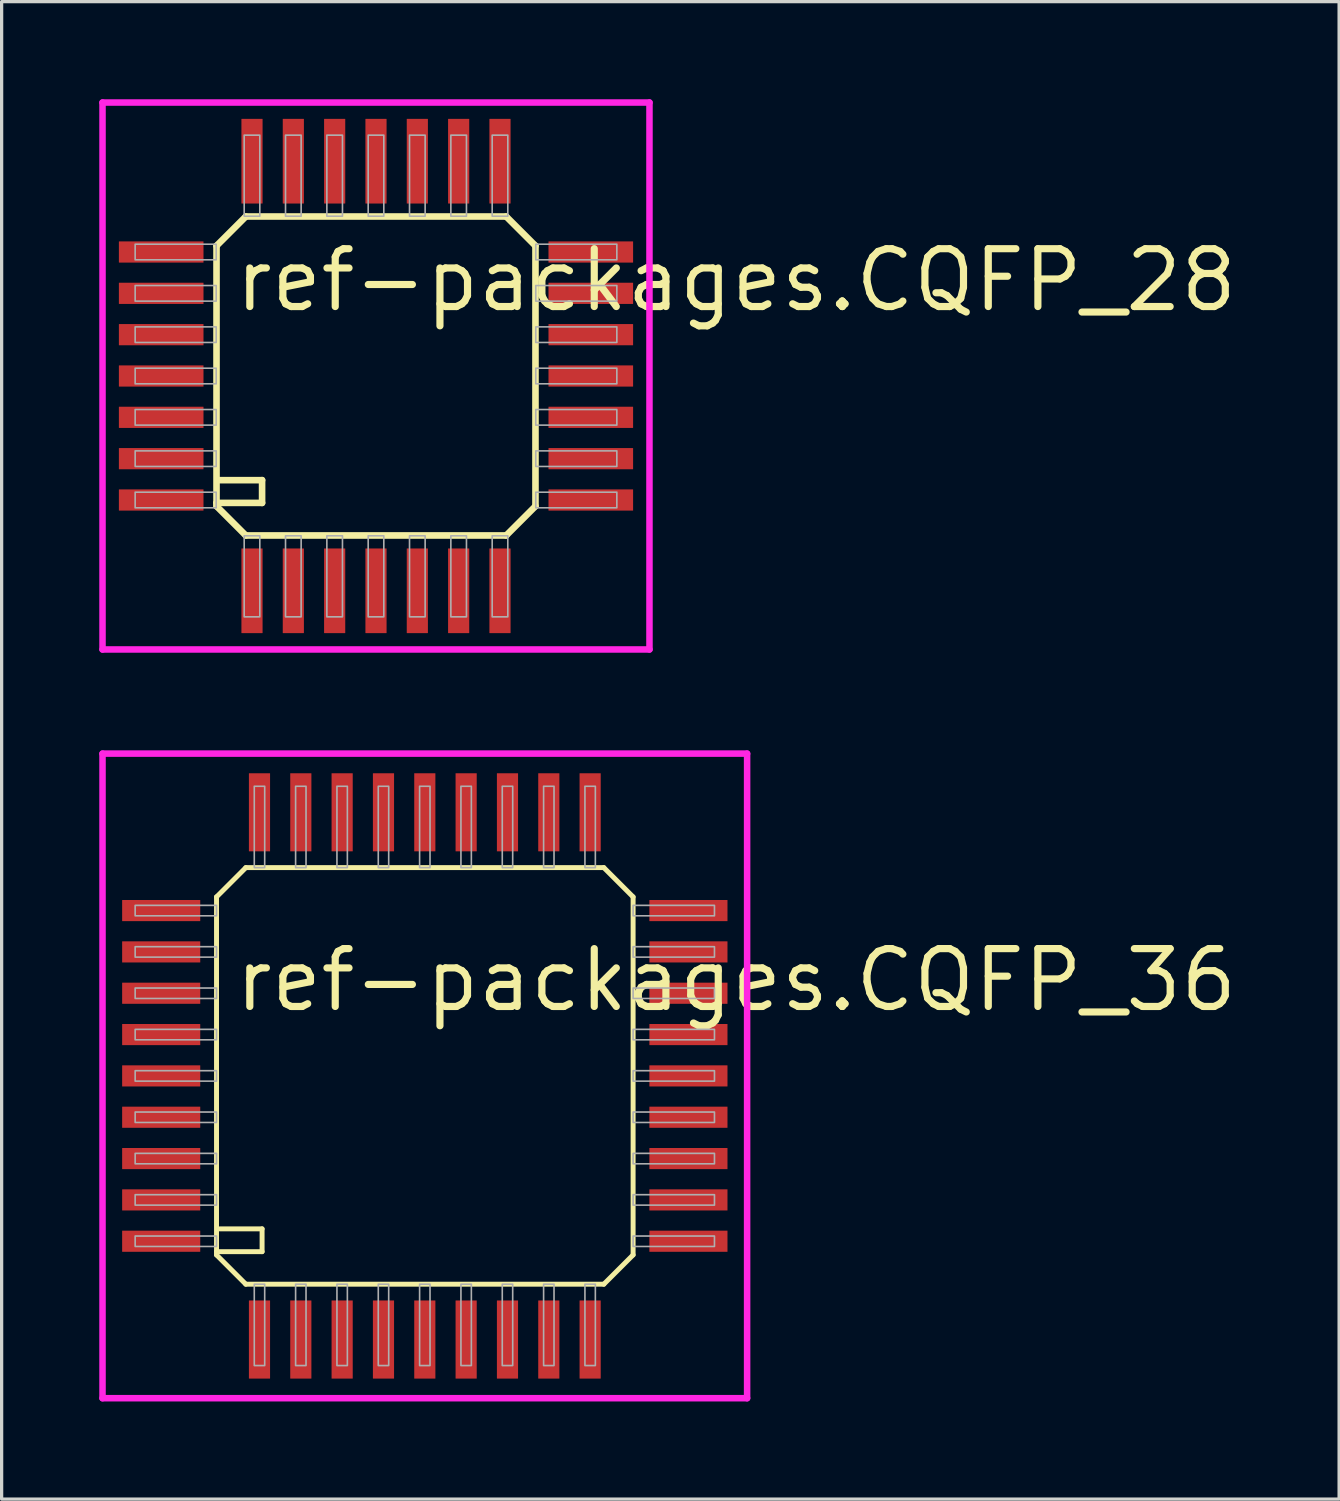
<source format=kicad_pcb>
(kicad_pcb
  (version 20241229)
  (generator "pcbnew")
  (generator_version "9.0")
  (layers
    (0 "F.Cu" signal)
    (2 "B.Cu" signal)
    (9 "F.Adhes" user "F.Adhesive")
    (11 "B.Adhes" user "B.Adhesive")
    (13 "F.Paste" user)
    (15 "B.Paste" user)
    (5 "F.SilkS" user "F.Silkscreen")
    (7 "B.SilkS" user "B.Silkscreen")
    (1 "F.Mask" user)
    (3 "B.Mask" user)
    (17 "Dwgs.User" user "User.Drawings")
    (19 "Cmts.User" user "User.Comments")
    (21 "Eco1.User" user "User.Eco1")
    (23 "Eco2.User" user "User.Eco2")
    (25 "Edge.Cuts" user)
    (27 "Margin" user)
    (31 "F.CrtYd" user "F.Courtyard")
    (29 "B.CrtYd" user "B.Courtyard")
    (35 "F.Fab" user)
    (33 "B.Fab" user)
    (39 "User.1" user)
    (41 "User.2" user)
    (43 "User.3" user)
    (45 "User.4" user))
  (footprint "ref-packages.CQFP_28"
    (layer "F.Cu")
    (at 8.503 8.503)
    (property "Reference" "ref-packages.CQFP_28" (at -4.445 -1.905 0) (layer "F.SilkS") (effects (font (size 1.778 1.778) (thickness 0.22)) (justify left bottom)))
    (attr smd)
    (fp_line (start -4.9 -4) (end -4.9 3.9) (stroke (width 0.203) (type default)) (layer "F.SilkS"))
    (fp_line (start -4.9 -4) (end -4 -4.9) (stroke (width 0.203) (type default)) (layer "F.SilkS"))
    (fp_line (start -4.9 3.9) (end -4.9 4) (stroke (width 0.203) (type default)) (layer "F.SilkS"))
    (fp_line (start -4.9 3.9) (end -3.5 3.9) (stroke (width 0.203) (type default)) (layer "F.SilkS"))
    (fp_line (start -4.9 4) (end -4 4.9) (stroke (width 0.203) (type default)) (layer "F.SilkS"))
    (fp_line (start -4 4.9) (end 4 4.9) (stroke (width 0.203) (type default)) (layer "F.SilkS"))
    (fp_line (start -3.5 3.2) (end -4.8 3.2) (stroke (width 0.203) (type default)) (layer "F.SilkS"))
    (fp_line (start -3.5 3.9) (end -3.5 3.2) (stroke (width 0.203) (type default)) (layer "F.SilkS"))
    (fp_line (start 4 -4.9) (end -4 -4.9) (stroke (width 0.203) (type default)) (layer "F.SilkS"))
    (fp_line (start 4 -4.9) (end 4.9 -4) (stroke (width 0.203) (type default)) (layer "F.SilkS"))
    (fp_line (start 4 4.9) (end 4.9 4) (stroke (width 0.203) (type default)) (layer "F.SilkS"))
    (fp_line (start 4.9 4) (end 4.9 -4) (stroke (width 0.203) (type default)) (layer "F.SilkS"))
    (fp_line (start -8.403 -8.403) (end 8.403 -8.403) (stroke (width 0.2) (type default)) (layer "F.CrtYd"))
    (fp_line (start -8.403 8.403) (end -8.403 -8.403) (stroke (width 0.2) (type default)) (layer "F.CrtYd"))
    (fp_line (start 8.403 -8.403) (end 8.403 8.403) (stroke (width 0.2) (type default)) (layer "F.CrtYd"))
    (fp_line (start 8.403 8.403) (end -8.403 8.403) (stroke (width 0.2) (type default)) (layer "F.CrtYd"))
    (fp_rect (start -7.4 -3.57) (end -4.91 -4.05) (stroke (width 0.05) (type default)) (fill no) (layer "F.Fab"))
    (fp_rect (start -7.4 -2.3) (end -4.91 -2.78) (stroke (width 0.05) (type default)) (fill no) (layer "F.Fab"))
    (fp_rect (start -7.4 -1.03) (end -4.91 -1.51) (stroke (width 0.05) (type default)) (fill no) (layer "F.Fab"))
    (fp_rect (start -7.4 0.24) (end -4.91 -0.24) (stroke (width 0.05) (type default)) (fill no) (layer "F.Fab"))
    (fp_rect (start -7.4 1.51) (end -4.91 1.03) (stroke (width 0.05) (type default)) (fill no) (layer "F.Fab"))
    (fp_rect (start -7.4 2.78) (end -4.91 2.3) (stroke (width 0.05) (type default)) (fill no) (layer "F.Fab"))
    (fp_rect (start -7.4 4.05) (end -4.91 3.57) (stroke (width 0.05) (type default)) (fill no) (layer "F.Fab"))
    (fp_rect (start -4.05 -4.91) (end -3.57 -7.4) (stroke (width 0.05) (type default)) (fill no) (layer "F.Fab"))
    (fp_rect (start -4.05 7.4) (end -3.57 4.91) (stroke (width 0.05) (type default)) (fill no) (layer "F.Fab"))
    (fp_rect (start -2.78 -4.91) (end -2.3 -7.4) (stroke (width 0.05) (type default)) (fill no) (layer "F.Fab"))
    (fp_rect (start -2.78 7.4) (end -2.3 4.91) (stroke (width 0.05) (type default)) (fill no) (layer "F.Fab"))
    (fp_rect (start -1.51 -4.91) (end -1.03 -7.4) (stroke (width 0.05) (type default)) (fill no) (layer "F.Fab"))
    (fp_rect (start -1.51 7.4) (end -1.03 4.91) (stroke (width 0.05) (type default)) (fill no) (layer "F.Fab"))
    (fp_rect (start -0.24 -4.91) (end 0.24 -7.4) (stroke (width 0.05) (type default)) (fill no) (layer "F.Fab"))
    (fp_rect (start -0.24 7.4) (end 0.24 4.91) (stroke (width 0.05) (type default)) (fill no) (layer "F.Fab"))
    (fp_rect (start 1.03 -4.91) (end 1.51 -7.4) (stroke (width 0.05) (type default)) (fill no) (layer "F.Fab"))
    (fp_rect (start 1.03 7.4) (end 1.51 4.91) (stroke (width 0.05) (type default)) (fill no) (layer "F.Fab"))
    (fp_rect (start 2.3 -4.91) (end 2.78 -7.4) (stroke (width 0.05) (type default)) (fill no) (layer "F.Fab"))
    (fp_rect (start 2.3 7.4) (end 2.78 4.91) (stroke (width 0.05) (type default)) (fill no) (layer "F.Fab"))
    (fp_rect (start 3.57 -4.91) (end 4.05 -7.4) (stroke (width 0.05) (type default)) (fill no) (layer "F.Fab"))
    (fp_rect (start 3.57 7.4) (end 4.05 4.91) (stroke (width 0.05) (type default)) (fill no) (layer "F.Fab"))
    (fp_rect (start 4.91 -3.57) (end 7.4 -4.05) (stroke (width 0.05) (type default)) (fill no) (layer "F.Fab"))
    (fp_rect (start 4.91 -2.3) (end 7.4 -2.78) (stroke (width 0.05) (type default)) (fill no) (layer "F.Fab"))
    (fp_rect (start 4.91 -1.03) (end 7.4 -1.51) (stroke (width 0.05) (type default)) (fill no) (layer "F.Fab"))
    (fp_rect (start 4.91 0.24) (end 7.4 -0.24) (stroke (width 0.05) (type default)) (fill no) (layer "F.Fab"))
    (fp_rect (start 4.91 1.51) (end 7.4 1.03) (stroke (width 0.05) (type default)) (fill no) (layer "F.Fab"))
    (fp_rect (start 4.91 2.78) (end 7.4 2.3) (stroke (width 0.05) (type default)) (fill no) (layer "F.Fab"))
    (fp_rect (start 4.91 4.05) (end 7.4 3.57) (stroke (width 0.05) (type default)) (fill no) (layer "F.Fab"))
    (pad "1" smd roundrect (at -3.81 6.6) (size 0.65 2.6) (layers "F.Cu" "F.Mask" "F.Paste") (roundrect_rratio 0.01))
    (pad "2" smd roundrect (at -2.54 6.6) (size 0.65 2.6) (layers "F.Cu" "F.Mask" "F.Paste") (roundrect_rratio 0.01))
    (pad "3" smd roundrect (at -1.27 6.6) (size 0.65 2.6) (layers "F.Cu" "F.Mask" "F.Paste") (roundrect_rratio 0.01))
    (pad "4" smd roundrect (at 0 6.6) (size 0.65 2.6) (layers "F.Cu" "F.Mask" "F.Paste") (roundrect_rratio 0.01))
    (pad "5" smd roundrect (at 1.27 6.6) (size 0.65 2.6) (layers "F.Cu" "F.Mask" "F.Paste") (roundrect_rratio 0.01))
    (pad "6" smd roundrect (at 2.54 6.6) (size 0.65 2.6) (layers "F.Cu" "F.Mask" "F.Paste") (roundrect_rratio 0.01))
    (pad "7" smd roundrect (at 3.81 6.6) (size 0.65 2.6) (layers "F.Cu" "F.Mask" "F.Paste") (roundrect_rratio 0.01))
    (pad "8" smd roundrect (at 6.6 3.81) (size 2.6 0.65) (layers "F.Cu" "F.Mask" "F.Paste") (roundrect_rratio 0.01))
    (pad "9" smd roundrect (at 6.6 2.54) (size 2.6 0.65) (layers "F.Cu" "F.Mask" "F.Paste") (roundrect_rratio 0.01))
    (pad "10" smd roundrect (at 6.6 1.27) (size 2.6 0.65) (layers "F.Cu" "F.Mask" "F.Paste") (roundrect_rratio 0.01))
    (pad "11" smd roundrect (at 6.6 0) (size 2.6 0.65) (layers "F.Cu" "F.Mask" "F.Paste") (roundrect_rratio 0.01))
    (pad "12" smd roundrect (at 6.6 -1.27) (size 2.6 0.65) (layers "F.Cu" "F.Mask" "F.Paste") (roundrect_rratio 0.01))
    (pad "13" smd roundrect (at 6.6 -2.54) (size 2.6 0.65) (layers "F.Cu" "F.Mask" "F.Paste") (roundrect_rratio 0.01))
    (pad "14" smd roundrect (at 6.6 -3.81) (size 2.6 0.65) (layers "F.Cu" "F.Mask" "F.Paste") (roundrect_rratio 0.01))
    (pad "15" smd roundrect (at 3.81 -6.6) (size 0.65 2.6) (layers "F.Cu" "F.Mask" "F.Paste") (roundrect_rratio 0.01))
    (pad "16" smd roundrect (at 2.54 -6.6) (size 0.65 2.6) (layers "F.Cu" "F.Mask" "F.Paste") (roundrect_rratio 0.01))
    (pad "17" smd roundrect (at 1.27 -6.6) (size 0.65 2.6) (layers "F.Cu" "F.Mask" "F.Paste") (roundrect_rratio 0.01))
    (pad "18" smd roundrect (at 0 -6.6) (size 0.65 2.6) (layers "F.Cu" "F.Mask" "F.Paste") (roundrect_rratio 0.01))
    (pad "19" smd roundrect (at -1.27 -6.6) (size 0.65 2.6) (layers "F.Cu" "F.Mask" "F.Paste") (roundrect_rratio 0.01))
    (pad "20" smd roundrect (at -2.54 -6.6) (size 0.65 2.6) (layers "F.Cu" "F.Mask" "F.Paste") (roundrect_rratio 0.01))
    (pad "21" smd roundrect (at -3.81 -6.6) (size 0.65 2.6) (layers "F.Cu" "F.Mask" "F.Paste") (roundrect_rratio 0.01))
    (pad "22" smd roundrect (at -6.6 -3.81) (size 2.6 0.65) (layers "F.Cu" "F.Mask" "F.Paste") (roundrect_rratio 0.01))
    (pad "23" smd roundrect (at -6.6 -2.54) (size 2.6 0.65) (layers "F.Cu" "F.Mask" "F.Paste") (roundrect_rratio 0.01))
    (pad "24" smd roundrect (at -6.6 -1.27) (size 2.6 0.65) (layers "F.Cu" "F.Mask" "F.Paste") (roundrect_rratio 0.01))
    (pad "25" smd roundrect (at -6.6 0) (size 2.6 0.65) (layers "F.Cu" "F.Mask" "F.Paste") (roundrect_rratio 0.01))
    (pad "26" smd roundrect (at -6.6 1.27) (size 2.6 0.65) (layers "F.Cu" "F.Mask" "F.Paste") (roundrect_rratio 0.01))
    (pad "27" smd roundrect (at -6.6 2.54) (size 2.6 0.65) (layers "F.Cu" "F.Mask" "F.Paste") (roundrect_rratio 0.01))
    (pad "28" smd roundrect (at -6.6 3.81) (size 2.6 0.65) (layers "F.Cu" "F.Mask" "F.Paste") (roundrect_rratio 0.01)))
  (footprint "ref-packages.CQFP_36"
    (layer "F.Cu")
    (at 10.003 30.009)
    (property "Reference" "ref-packages.CQFP_36" (at -5.945 -1.905 0) (layer "F.SilkS") (effects (font (size 1.778 1.778) (thickness 0.22)) (justify left bottom)))
    (attr smd)
    (fp_line (start -6.4 -5.5) (end -6.4 5.4) (stroke (width 0.152) (type default)) (layer "F.SilkS"))
    (fp_line (start -6.4 -5.5) (end -5.5 -6.4) (stroke (width 0.152) (type default)) (layer "F.SilkS"))
    (fp_line (start -6.4 5.4) (end -6.4 5.5) (stroke (width 0.152) (type default)) (layer "F.SilkS"))
    (fp_line (start -6.4 5.4) (end -5 5.4) (stroke (width 0.152) (type default)) (layer "F.SilkS"))
    (fp_line (start -6.4 5.5) (end -5.5 6.4) (stroke (width 0.152) (type default)) (layer "F.SilkS"))
    (fp_line (start -5.5 6.4) (end 5.5 6.4) (stroke (width 0.152) (type default)) (layer "F.SilkS"))
    (fp_line (start -5 4.7) (end -6.3 4.7) (stroke (width 0.152) (type default)) (layer "F.SilkS"))
    (fp_line (start -5 5.4) (end -5 4.7) (stroke (width 0.152) (type default)) (layer "F.SilkS"))
    (fp_line (start 5.5 -6.4) (end -5.5 -6.4) (stroke (width 0.152) (type default)) (layer "F.SilkS"))
    (fp_line (start 5.5 -6.4) (end 6.4 -5.5) (stroke (width 0.152) (type default)) (layer "F.SilkS"))
    (fp_line (start 5.5 6.4) (end 6.4 5.5) (stroke (width 0.152) (type default)) (layer "F.SilkS"))
    (fp_line (start 6.4 5.5) (end 6.4 -5.5) (stroke (width 0.152) (type default)) (layer "F.SilkS"))
    (fp_line (start -9.903 -9.903) (end 9.903 -9.903) (stroke (width 0.2) (type default)) (layer "F.CrtYd"))
    (fp_line (start -9.903 9.903) (end -9.903 -9.903) (stroke (width 0.2) (type default)) (layer "F.CrtYd"))
    (fp_line (start 9.903 -9.903) (end 9.903 9.903) (stroke (width 0.2) (type default)) (layer "F.CrtYd"))
    (fp_line (start 9.903 9.903) (end -9.903 9.903) (stroke (width 0.2) (type default)) (layer "F.CrtYd"))
    (fp_rect (start -8.9 -4.92) (end -6.4 -5.24) (stroke (width 0.05) (type default)) (fill no) (layer "F.Fab"))
    (fp_rect (start -8.9 -3.65) (end -6.4 -3.97) (stroke (width 0.05) (type default)) (fill no) (layer "F.Fab"))
    (fp_rect (start -8.9 -2.38) (end -6.4 -2.7) (stroke (width 0.05) (type default)) (fill no) (layer "F.Fab"))
    (fp_rect (start -8.9 -1.11) (end -6.4 -1.43) (stroke (width 0.05) (type default)) (fill no) (layer "F.Fab"))
    (fp_rect (start -8.9 0.16) (end -6.4 -0.16) (stroke (width 0.05) (type default)) (fill no) (layer "F.Fab"))
    (fp_rect (start -8.9 1.43) (end -6.4 1.11) (stroke (width 0.05) (type default)) (fill no) (layer "F.Fab"))
    (fp_rect (start -8.9 2.7) (end -6.4 2.38) (stroke (width 0.05) (type default)) (fill no) (layer "F.Fab"))
    (fp_rect (start -8.9 3.97) (end -6.4 3.65) (stroke (width 0.05) (type default)) (fill no) (layer "F.Fab"))
    (fp_rect (start -8.9 5.24) (end -6.4 4.92) (stroke (width 0.05) (type default)) (fill no) (layer "F.Fab"))
    (fp_rect (start -5.24 -6.4) (end -4.92 -8.9) (stroke (width 0.05) (type default)) (fill no) (layer "F.Fab"))
    (fp_rect (start -5.24 8.9) (end -4.92 6.4) (stroke (width 0.05) (type default)) (fill no) (layer "F.Fab"))
    (fp_rect (start -3.97 -6.4) (end -3.65 -8.9) (stroke (width 0.05) (type default)) (fill no) (layer "F.Fab"))
    (fp_rect (start -3.97 8.9) (end -3.65 6.4) (stroke (width 0.05) (type default)) (fill no) (layer "F.Fab"))
    (fp_rect (start -2.7 -6.4) (end -2.38 -8.9) (stroke (width 0.05) (type default)) (fill no) (layer "F.Fab"))
    (fp_rect (start -2.7 8.9) (end -2.38 6.4) (stroke (width 0.05) (type default)) (fill no) (layer "F.Fab"))
    (fp_rect (start -1.43 -6.4) (end -1.11 -8.9) (stroke (width 0.05) (type default)) (fill no) (layer "F.Fab"))
    (fp_rect (start -1.43 8.9) (end -1.11 6.4) (stroke (width 0.05) (type default)) (fill no) (layer "F.Fab"))
    (fp_rect (start -0.16 -6.4) (end 0.16 -8.9) (stroke (width 0.05) (type default)) (fill no) (layer "F.Fab"))
    (fp_rect (start -0.16 8.9) (end 0.16 6.4) (stroke (width 0.05) (type default)) (fill no) (layer "F.Fab"))
    (fp_rect (start 1.11 -6.4) (end 1.43 -8.9) (stroke (width 0.05) (type default)) (fill no) (layer "F.Fab"))
    (fp_rect (start 1.11 8.9) (end 1.43 6.4) (stroke (width 0.05) (type default)) (fill no) (layer "F.Fab"))
    (fp_rect (start 2.38 -6.4) (end 2.7 -8.9) (stroke (width 0.05) (type default)) (fill no) (layer "F.Fab"))
    (fp_rect (start 2.38 8.9) (end 2.7 6.4) (stroke (width 0.05) (type default)) (fill no) (layer "F.Fab"))
    (fp_rect (start 3.65 -6.4) (end 3.97 -8.9) (stroke (width 0.05) (type default)) (fill no) (layer "F.Fab"))
    (fp_rect (start 3.65 8.9) (end 3.97 6.4) (stroke (width 0.05) (type default)) (fill no) (layer "F.Fab"))
    (fp_rect (start 4.92 -6.4) (end 5.24 -8.9) (stroke (width 0.05) (type default)) (fill no) (layer "F.Fab"))
    (fp_rect (start 4.92 8.9) (end 5.24 6.4) (stroke (width 0.05) (type default)) (fill no) (layer "F.Fab"))
    (fp_rect (start 6.4 -4.92) (end 8.9 -5.24) (stroke (width 0.05) (type default)) (fill no) (layer "F.Fab"))
    (fp_rect (start 6.4 -3.65) (end 8.9 -3.97) (stroke (width 0.05) (type default)) (fill no) (layer "F.Fab"))
    (fp_rect (start 6.4 -2.38) (end 8.9 -2.7) (stroke (width 0.05) (type default)) (fill no) (layer "F.Fab"))
    (fp_rect (start 6.4 -1.11) (end 8.9 -1.43) (stroke (width 0.05) (type default)) (fill no) (layer "F.Fab"))
    (fp_rect (start 6.4 0.16) (end 8.9 -0.16) (stroke (width 0.05) (type default)) (fill no) (layer "F.Fab"))
    (fp_rect (start 6.4 1.43) (end 8.9 1.11) (stroke (width 0.05) (type default)) (fill no) (layer "F.Fab"))
    (fp_rect (start 6.4 2.7) (end 8.9 2.38) (stroke (width 0.05) (type default)) (fill no) (layer "F.Fab"))
    (fp_rect (start 6.4 3.97) (end 8.9 3.65) (stroke (width 0.05) (type default)) (fill no) (layer "F.Fab"))
    (fp_rect (start 6.4 5.24) (end 8.9 4.92) (stroke (width 0.05) (type default)) (fill no) (layer "F.Fab"))
    (pad "1" smd roundrect (at -5.08 8.1) (size 0.65 2.4) (layers "F.Cu" "F.Mask" "F.Paste") (roundrect_rratio 0.01))
    (pad "2" smd roundrect (at -3.81 8.1) (size 0.65 2.4) (layers "F.Cu" "F.Mask" "F.Paste") (roundrect_rratio 0.01))
    (pad "3" smd roundrect (at -2.54 8.1) (size 0.65 2.4) (layers "F.Cu" "F.Mask" "F.Paste") (roundrect_rratio 0.01))
    (pad "4" smd roundrect (at -1.27 8.1) (size 0.65 2.4) (layers "F.Cu" "F.Mask" "F.Paste") (roundrect_rratio 0.01))
    (pad "5" smd roundrect (at 0 8.1) (size 0.65 2.4) (layers "F.Cu" "F.Mask" "F.Paste") (roundrect_rratio 0.01))
    (pad "6" smd roundrect (at 1.27 8.1) (size 0.65 2.4) (layers "F.Cu" "F.Mask" "F.Paste") (roundrect_rratio 0.01))
    (pad "7" smd roundrect (at 2.54 8.1) (size 0.65 2.4) (layers "F.Cu" "F.Mask" "F.Paste") (roundrect_rratio 0.01))
    (pad "8" smd roundrect (at 3.81 8.1) (size 0.65 2.4) (layers "F.Cu" "F.Mask" "F.Paste") (roundrect_rratio 0.01))
    (pad "9" smd roundrect (at 5.08 8.1) (size 0.65 2.4) (layers "F.Cu" "F.Mask" "F.Paste") (roundrect_rratio 0.01))
    (pad "10" smd roundrect (at 8.1 5.08) (size 2.4 0.65) (layers "F.Cu" "F.Mask" "F.Paste") (roundrect_rratio 0.01))
    (pad "11" smd roundrect (at 8.1 3.81) (size 2.4 0.65) (layers "F.Cu" "F.Mask" "F.Paste") (roundrect_rratio 0.01))
    (pad "12" smd roundrect (at 8.1 2.54) (size 2.4 0.65) (layers "F.Cu" "F.Mask" "F.Paste") (roundrect_rratio 0.01))
    (pad "13" smd roundrect (at 8.1 1.27) (size 2.4 0.65) (layers "F.Cu" "F.Mask" "F.Paste") (roundrect_rratio 0.01))
    (pad "14" smd roundrect (at 8.1 0) (size 2.4 0.65) (layers "F.Cu" "F.Mask" "F.Paste") (roundrect_rratio 0.01))
    (pad "15" smd roundrect (at 8.1 -1.27) (size 2.4 0.65) (layers "F.Cu" "F.Mask" "F.Paste") (roundrect_rratio 0.01))
    (pad "16" smd roundrect (at 8.1 -2.54) (size 2.4 0.65) (layers "F.Cu" "F.Mask" "F.Paste") (roundrect_rratio 0.01))
    (pad "17" smd roundrect (at 8.1 -3.81) (size 2.4 0.65) (layers "F.Cu" "F.Mask" "F.Paste") (roundrect_rratio 0.01))
    (pad "18" smd roundrect (at 8.1 -5.08) (size 2.4 0.65) (layers "F.Cu" "F.Mask" "F.Paste") (roundrect_rratio 0.01))
    (pad "19" smd roundrect (at 5.08 -8.1) (size 0.65 2.4) (layers "F.Cu" "F.Mask" "F.Paste") (roundrect_rratio 0.01))
    (pad "20" smd roundrect (at 3.81 -8.1) (size 0.65 2.4) (layers "F.Cu" "F.Mask" "F.Paste") (roundrect_rratio 0.01))
    (pad "21" smd roundrect (at 2.54 -8.1) (size 0.65 2.4) (layers "F.Cu" "F.Mask" "F.Paste") (roundrect_rratio 0.01))
    (pad "22" smd roundrect (at 1.27 -8.1) (size 0.65 2.4) (layers "F.Cu" "F.Mask" "F.Paste") (roundrect_rratio 0.01))
    (pad "23" smd roundrect (at 0 -8.1) (size 0.65 2.4) (layers "F.Cu" "F.Mask" "F.Paste") (roundrect_rratio 0.01))
    (pad "24" smd roundrect (at -1.27 -8.1) (size 0.65 2.4) (layers "F.Cu" "F.Mask" "F.Paste") (roundrect_rratio 0.01))
    (pad "25" smd roundrect (at -2.54 -8.1) (size 0.65 2.4) (layers "F.Cu" "F.Mask" "F.Paste") (roundrect_rratio 0.01))
    (pad "26" smd roundrect (at -3.81 -8.1) (size 0.65 2.4) (layers "F.Cu" "F.Mask" "F.Paste") (roundrect_rratio 0.01))
    (pad "27" smd roundrect (at -5.08 -8.1) (size 0.65 2.4) (layers "F.Cu" "F.Mask" "F.Paste") (roundrect_rratio 0.01))
    (pad "28" smd roundrect (at -8.1 -5.08) (size 2.4 0.65) (layers "F.Cu" "F.Mask" "F.Paste") (roundrect_rratio 0.01))
    (pad "29" smd roundrect (at -8.1 -3.81) (size 2.4 0.65) (layers "F.Cu" "F.Mask" "F.Paste") (roundrect_rratio 0.01))
    (pad "30" smd roundrect (at -8.1 -2.54) (size 2.4 0.65) (layers "F.Cu" "F.Mask" "F.Paste") (roundrect_rratio 0.01))
    (pad "31" smd roundrect (at -8.1 -1.27) (size 2.4 0.65) (layers "F.Cu" "F.Mask" "F.Paste") (roundrect_rratio 0.01))
    (pad "32" smd roundrect (at -8.1 0) (size 2.4 0.65) (layers "F.Cu" "F.Mask" "F.Paste") (roundrect_rratio 0.01))
    (pad "33" smd roundrect (at -8.1 1.27) (size 2.4 0.65) (layers "F.Cu" "F.Mask" "F.Paste") (roundrect_rratio 0.01))
    (pad "34" smd roundrect (at -8.1 2.54) (size 2.4 0.65) (layers "F.Cu" "F.Mask" "F.Paste") (roundrect_rratio 0.01))
    (pad "35" smd roundrect (at -8.1 3.81) (size 2.4 0.65) (layers "F.Cu" "F.Mask" "F.Paste") (roundrect_rratio 0.01))
    (pad "36" smd roundrect (at -8.1 5.08) (size 2.4 0.65) (layers "F.Cu" "F.Mask" "F.Paste") (roundrect_rratio 0.01)))
  (gr_rect
    (start -3 -3)
    (end 38.096 43.012)
    (stroke (width 0.1) (type default))
    (fill no)
    (layer "Edge.Cuts")))
</source>
